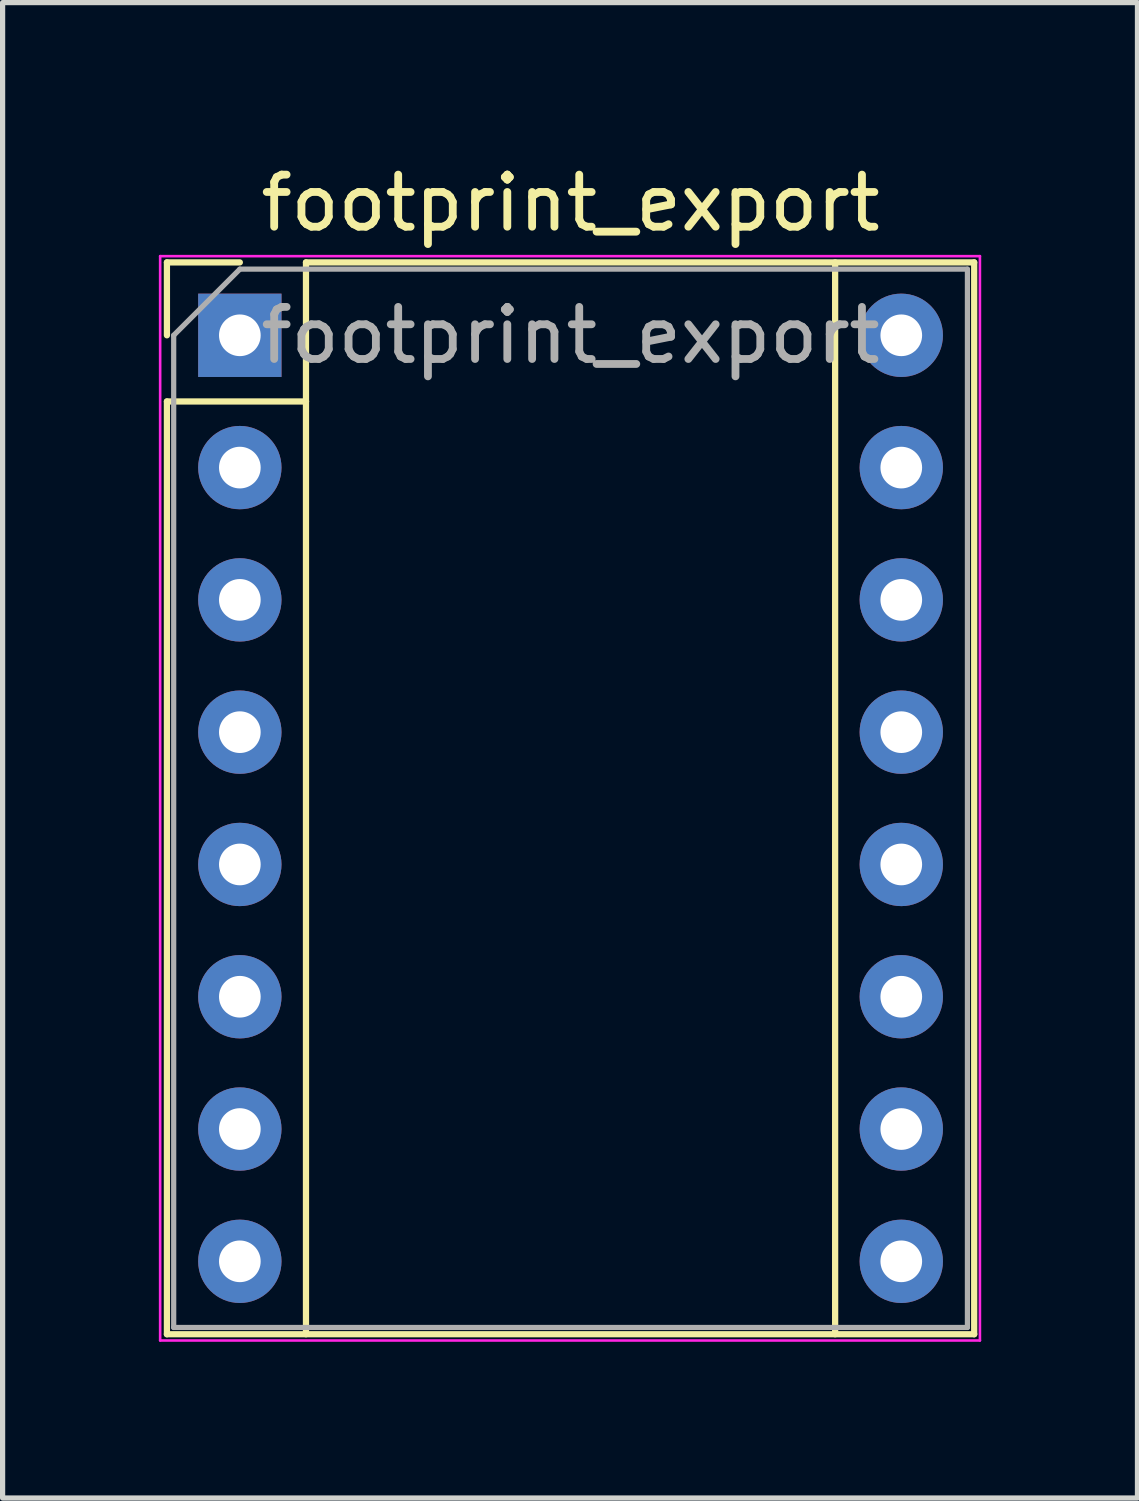
<source format=kicad_pcb>
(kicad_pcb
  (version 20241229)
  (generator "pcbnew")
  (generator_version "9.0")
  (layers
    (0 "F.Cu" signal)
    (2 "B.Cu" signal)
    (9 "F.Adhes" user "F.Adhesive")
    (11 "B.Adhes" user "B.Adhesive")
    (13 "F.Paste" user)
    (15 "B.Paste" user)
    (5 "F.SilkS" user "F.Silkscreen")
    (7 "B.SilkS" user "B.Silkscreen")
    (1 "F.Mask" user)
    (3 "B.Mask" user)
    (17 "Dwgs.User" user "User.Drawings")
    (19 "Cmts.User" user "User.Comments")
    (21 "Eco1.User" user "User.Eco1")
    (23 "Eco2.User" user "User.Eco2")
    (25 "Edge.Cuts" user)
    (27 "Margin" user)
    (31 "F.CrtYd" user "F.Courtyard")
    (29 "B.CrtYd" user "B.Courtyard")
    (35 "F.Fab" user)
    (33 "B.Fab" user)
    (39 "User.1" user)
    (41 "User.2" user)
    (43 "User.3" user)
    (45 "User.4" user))
  (footprint "footprint_export"
    (layer "F.Cu")
    (at 1.555 3.388)
    (property "Reference" "footprint_export" (at 6.35 -2.54 0) (layer "F.SilkS") (effects (font (size 1 1) (thickness 0.15))))
    (attr through_hole)
    (fp_line (start -1.4 -1.4) (end -1.4 0) (stroke (width 0.12) (type solid)) (layer "F.SilkS"))
    (fp_line (start -1.4 1.27) (end -1.4 19.18) (stroke (width 0.12) (type solid)) (layer "F.SilkS"))
    (fp_line (start -1.4 19.18) (end 14.1 19.18) (stroke (width 0.12) (type solid)) (layer "F.SilkS"))
    (fp_line (start 0 -1.4) (end -1.4 -1.4) (stroke (width 0.12) (type solid)) (layer "F.SilkS"))
    (fp_line (start 1.27 -1.4) (end 1.27 1.27) (stroke (width 0.12) (type solid)) (layer "F.SilkS"))
    (fp_line (start 1.27 1.27) (end -1.4 1.27) (stroke (width 0.12) (type solid)) (layer "F.SilkS"))
    (fp_line (start 1.27 1.27) (end 1.27 19.18) (stroke (width 0.12) (type solid)) (layer "F.SilkS"))
    (fp_line (start 11.43 -1.4) (end 11.43 19.18) (stroke (width 0.12) (type solid)) (layer "F.SilkS"))
    (fp_line (start 14.1 -1.4) (end 1.27 -1.4) (stroke (width 0.12) (type solid)) (layer "F.SilkS"))
    (fp_line (start 14.1 19.18) (end 14.1 -1.4) (stroke (width 0.12) (type solid)) (layer "F.SilkS"))
    (fp_line (start -1.53 -1.52) (end -1.53 19.3) (stroke (width 0.05) (type solid)) (layer "F.CrtYd"))
    (fp_line (start -1.53 -1.52) (end 14.21 -1.52) (stroke (width 0.05) (type solid)) (layer "F.CrtYd"))
    (fp_line (start 14.21 19.3) (end -1.53 19.3) (stroke (width 0.05) (type solid)) (layer "F.CrtYd"))
    (fp_line (start 14.21 19.3) (end 14.21 -1.52) (stroke (width 0.05) (type solid)) (layer "F.CrtYd"))
    (fp_line (start -1.27 0) (end 0 -1.27) (stroke (width 0.1) (type solid)) (layer "F.Fab"))
    (fp_line (start -1.27 19.05) (end -1.27 0) (stroke (width 0.1) (type solid)) (layer "F.Fab"))
    (fp_line (start 0 -1.27) (end 13.97 -1.27) (stroke (width 0.1) (type solid)) (layer "F.Fab"))
    (fp_line (start 13.97 -1.27) (end 13.97 19.05) (stroke (width 0.1) (type solid)) (layer "F.Fab"))
    (fp_line (start 13.97 19.05) (end -1.27 19.05) (stroke (width 0.1) (type solid)) (layer "F.Fab"))
    (fp_text user "${REFERENCE}" (at 6.35 0 0) (layer "F.Fab") (effects (font (size 1 1) (thickness 0.15))))
    (pad "1" thru_hole rect (at 0 0) (size 1.6 1.6) (drill 0.8) (layers "*.Cu" "*.Mask"))
    (pad "2" thru_hole oval (at 0 2.54) (size 1.6 1.6) (drill 0.8) (layers "*.Cu" "*.Mask"))
    (pad "3" thru_hole oval (at 0 5.08) (size 1.6 1.6) (drill 0.8) (layers "*.Cu" "*.Mask"))
    (pad "4" thru_hole oval (at 0 7.62) (size 1.6 1.6) (drill 0.8) (layers "*.Cu" "*.Mask"))
    (pad "5" thru_hole oval (at 0 10.16) (size 1.6 1.6) (drill 0.8) (layers "*.Cu" "*.Mask"))
    (pad "6" thru_hole oval (at 0 12.7) (size 1.6 1.6) (drill 0.8) (layers "*.Cu" "*.Mask"))
    (pad "7" thru_hole oval (at 0 15.24) (size 1.6 1.6) (drill 0.8) (layers "*.Cu" "*.Mask"))
    (pad "8" thru_hole oval (at 0 17.78) (size 1.6 1.6) (drill 0.8) (layers "*.Cu" "*.Mask"))
    (pad "9" thru_hole oval (at 12.7 17.78) (size 1.6 1.6) (drill 0.8) (layers "*.Cu" "*.Mask"))
    (pad "10" thru_hole oval (at 12.7 15.24) (size 1.6 1.6) (drill 0.8) (layers "*.Cu" "*.Mask"))
    (pad "11" thru_hole oval (at 12.7 12.7) (size 1.6 1.6) (drill 0.8) (layers "*.Cu" "*.Mask"))
    (pad "12" thru_hole oval (at 12.7 10.16) (size 1.6 1.6) (drill 0.8) (layers "*.Cu" "*.Mask"))
    (pad "13" thru_hole oval (at 12.7 7.62) (size 1.6 1.6) (drill 0.8) (layers "*.Cu" "*.Mask"))
    (pad "14" thru_hole oval (at 12.7 5.08) (size 1.6 1.6) (drill 0.8) (layers "*.Cu" "*.Mask"))
    (pad "15" thru_hole oval (at 12.7 2.54) (size 1.6 1.6) (drill 0.8) (layers "*.Cu" "*.Mask"))
    (pad "16" thru_hole oval (at 12.7 0) (size 1.6 1.6) (drill 0.8) (layers "*.Cu" "*.Mask")))
  (gr_rect
    (start -3 -3)
    (end 18.79 25.713)
    (stroke (width 0.1) (type default))
    (fill no)
    (layer "Edge.Cuts")))
</source>
